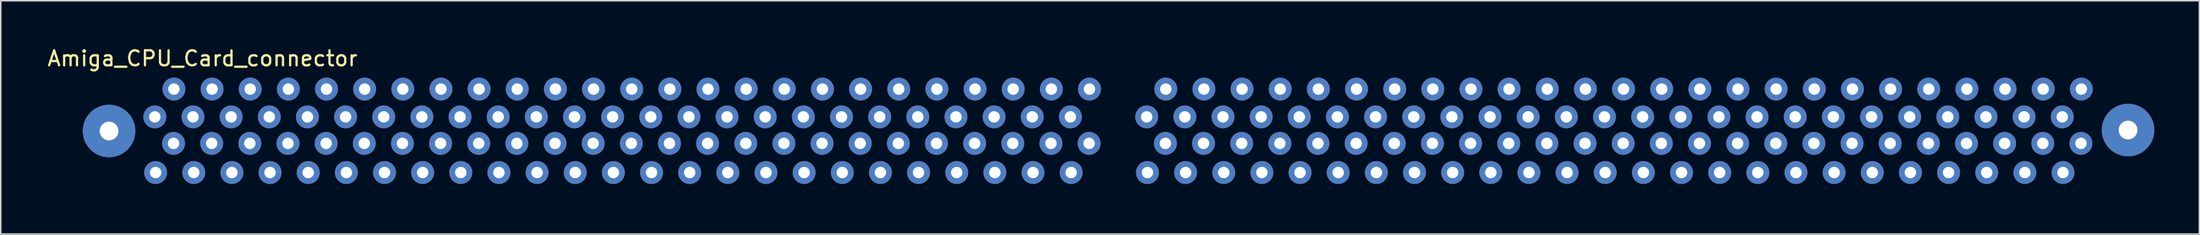
<source format=kicad_pcb>
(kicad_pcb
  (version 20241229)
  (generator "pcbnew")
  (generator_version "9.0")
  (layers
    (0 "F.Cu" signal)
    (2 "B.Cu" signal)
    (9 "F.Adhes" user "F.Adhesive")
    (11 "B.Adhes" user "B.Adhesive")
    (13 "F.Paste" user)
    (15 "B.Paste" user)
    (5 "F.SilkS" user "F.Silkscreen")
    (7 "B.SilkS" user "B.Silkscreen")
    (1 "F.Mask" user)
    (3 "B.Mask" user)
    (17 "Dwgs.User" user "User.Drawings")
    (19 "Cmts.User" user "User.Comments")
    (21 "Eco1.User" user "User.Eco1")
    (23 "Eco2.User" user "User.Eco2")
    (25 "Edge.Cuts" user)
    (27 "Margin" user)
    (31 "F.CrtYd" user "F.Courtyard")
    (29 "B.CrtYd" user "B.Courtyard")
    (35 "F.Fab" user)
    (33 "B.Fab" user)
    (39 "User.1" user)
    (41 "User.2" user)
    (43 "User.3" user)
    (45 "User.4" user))
  (footprint "Amiga_CPU_Card_connector"
    (layer "F.Cu")
    (at 10.435 0.348)
    (property "Reference" "Amiga_CPU_Card_connector" (at 0 0.5 0) (layer "F.SilkS") (effects (font (size 1 1) (thickness 0.15))))
    (attr through_hole)
    (fp_line (start -7.62 1.27) (end 128.27 1.27) (stroke (width 0.12) (type solid)) (layer "B.Paste"))
    (fp_line (start -7.62 3.81) (end -7.62 1.27) (stroke (width 0.12) (type solid)) (layer "B.Paste"))
    (fp_line (start -7.62 3.81) (end -7.62 2.032) (stroke (width 0.12) (type solid)) (layer "B.Paste"))
    (fp_line (start -7.62 8.636) (end -7.62 3.81) (stroke (width 0.12) (type solid)) (layer "B.Paste"))
    (fp_line (start -7.112 9.144) (end -7.62 8.636) (stroke (width 0.12) (type solid)) (layer "B.Paste"))
    (fp_line (start 128.016 9.144) (end -7.112 9.144) (stroke (width 0.12) (type solid)) (layer "B.Paste"))
    (fp_line (start 128.27 1.27) (end 128.27 8.89) (stroke (width 0.12) (type solid)) (layer "B.Paste"))
    (fp_line (start 128.27 8.89) (end 128.016 9.144) (stroke (width 0.12) (type solid)) (layer "B.Paste"))
    (pad "" np_thru_hole circle (at -6.223 5.334) (size 3.5 3.5) (drill 1.25) (layers "*.Cu" "*.Mask"))
    (pad "" np_thru_hole circle (at 128.207 5.271) (size 3.5 3.5) (drill 1.25) (layers "*.Cu" "*.Mask"))
    (pad "1" thru_hole circle (at -1.905 2.54) (size 1.524 1.524) (drill 0.762) (layers "*.Cu" "*.Mask"))
    (pad "2" thru_hole circle (at -3.175 4.394) (size 1.524 1.524) (drill 0.762) (layers "*.Cu" "*.Mask"))
    (pad "3" thru_hole circle (at -1.93 6.16) (size 1.524 1.524) (drill 0.762) (layers "*.Cu" "*.Mask"))
    (pad "4" thru_hole circle (at -3.124 8.103) (size 1.524 1.524) (drill 0.762) (layers "*.Cu" "*.Mask"))
    (pad "5" thru_hole circle (at 0.635 2.54) (size 1.524 1.524) (drill 0.762) (layers "*.Cu" "*.Mask"))
    (pad "6" thru_hole circle (at -0.635 4.394) (size 1.524 1.524) (drill 0.762) (layers "*.Cu" "*.Mask"))
    (pad "7" thru_hole circle (at 0.61 6.16) (size 1.524 1.524) (drill 0.762) (layers "*.Cu" "*.Mask"))
    (pad "8" thru_hole circle (at -0.584 8.103) (size 1.524 1.524) (drill 0.762) (layers "*.Cu" "*.Mask"))
    (pad "9" thru_hole circle (at 3.175 2.54) (size 1.524 1.524) (drill 0.762) (layers "*.Cu" "*.Mask"))
    (pad "10" thru_hole circle (at 1.905 4.394) (size 1.524 1.524) (drill 0.762) (layers "*.Cu" "*.Mask"))
    (pad "11" thru_hole circle (at 3.15 6.16) (size 1.524 1.524) (drill 0.762) (layers "*.Cu" "*.Mask"))
    (pad "12" thru_hole circle (at 1.956 8.103) (size 1.524 1.524) (drill 0.762) (layers "*.Cu" "*.Mask"))
    (pad "13" thru_hole circle (at 5.715 2.54) (size 1.524 1.524) (drill 0.762) (layers "*.Cu" "*.Mask"))
    (pad "14" thru_hole circle (at 4.445 4.394) (size 1.524 1.524) (drill 0.762) (layers "*.Cu" "*.Mask"))
    (pad "15" thru_hole circle (at 5.69 6.16) (size 1.524 1.524) (drill 0.762) (layers "*.Cu" "*.Mask"))
    (pad "16" thru_hole circle (at 4.496 8.103) (size 1.524 1.524) (drill 0.762) (layers "*.Cu" "*.Mask"))
    (pad "17" thru_hole circle (at 8.255 2.54) (size 1.524 1.524) (drill 0.762) (layers "*.Cu" "*.Mask"))
    (pad "18" thru_hole circle (at 6.985 4.394) (size 1.524 1.524) (drill 0.762) (layers "*.Cu" "*.Mask"))
    (pad "19" thru_hole circle (at 8.23 6.16) (size 1.524 1.524) (drill 0.762) (layers "*.Cu" "*.Mask"))
    (pad "20" thru_hole circle (at 7.036 8.103) (size 1.524 1.524) (drill 0.762) (layers "*.Cu" "*.Mask"))
    (pad "21" thru_hole circle (at 10.795 2.54) (size 1.524 1.524) (drill 0.762) (layers "*.Cu" "*.Mask"))
    (pad "22" thru_hole circle (at 9.525 4.394) (size 1.524 1.524) (drill 0.762) (layers "*.Cu" "*.Mask"))
    (pad "23" thru_hole circle (at 10.77 6.16) (size 1.524 1.524) (drill 0.762) (layers "*.Cu" "*.Mask"))
    (pad "24" thru_hole circle (at 9.576 8.103) (size 1.524 1.524) (drill 0.762) (layers "*.Cu" "*.Mask"))
    (pad "25" thru_hole circle (at 13.335 2.54) (size 1.524 1.524) (drill 0.762) (layers "*.Cu" "*.Mask"))
    (pad "26" thru_hole circle (at 12.065 4.394) (size 1.524 1.524) (drill 0.762) (layers "*.Cu" "*.Mask"))
    (pad "27" thru_hole circle (at 13.31 6.16) (size 1.524 1.524) (drill 0.762) (layers "*.Cu" "*.Mask"))
    (pad "28" thru_hole circle (at 12.116 8.103) (size 1.524 1.524) (drill 0.762) (layers "*.Cu" "*.Mask"))
    (pad "29" thru_hole circle (at 15.875 2.54) (size 1.524 1.524) (drill 0.762) (layers "*.Cu" "*.Mask"))
    (pad "30" thru_hole circle (at 14.605 4.394) (size 1.524 1.524) (drill 0.762) (layers "*.Cu" "*.Mask"))
    (pad "31" thru_hole circle (at 15.85 6.16) (size 1.524 1.524) (drill 0.762) (layers "*.Cu" "*.Mask"))
    (pad "32" thru_hole circle (at 14.656 8.103) (size 1.524 1.524) (drill 0.762) (layers "*.Cu" "*.Mask"))
    (pad "33" thru_hole circle (at 18.415 2.54) (size 1.524 1.524) (drill 0.762) (layers "*.Cu" "*.Mask"))
    (pad "34" thru_hole circle (at 17.145 4.394) (size 1.524 1.524) (drill 0.762) (layers "*.Cu" "*.Mask"))
    (pad "35" thru_hole circle (at 18.39 6.16) (size 1.524 1.524) (drill 0.762) (layers "*.Cu" "*.Mask"))
    (pad "36" thru_hole circle (at 17.196 8.103) (size 1.524 1.524) (drill 0.762) (layers "*.Cu" "*.Mask"))
    (pad "37" thru_hole circle (at 20.955 2.54) (size 1.524 1.524) (drill 0.762) (layers "*.Cu" "*.Mask"))
    (pad "38" thru_hole circle (at 19.685 4.394) (size 1.524 1.524) (drill 0.762) (layers "*.Cu" "*.Mask"))
    (pad "39" thru_hole circle (at 20.93 6.16) (size 1.524 1.524) (drill 0.762) (layers "*.Cu" "*.Mask"))
    (pad "40" thru_hole circle (at 19.736 8.103) (size 1.524 1.524) (drill 0.762) (layers "*.Cu" "*.Mask"))
    (pad "41" thru_hole circle (at 23.495 2.54) (size 1.524 1.524) (drill 0.762) (layers "*.Cu" "*.Mask"))
    (pad "42" thru_hole circle (at 22.225 4.394) (size 1.524 1.524) (drill 0.762) (layers "*.Cu" "*.Mask"))
    (pad "43" thru_hole circle (at 23.47 6.16) (size 1.524 1.524) (drill 0.762) (layers "*.Cu" "*.Mask"))
    (pad "44" thru_hole circle (at 22.276 8.103) (size 1.524 1.524) (drill 0.762) (layers "*.Cu" "*.Mask"))
    (pad "45" thru_hole circle (at 26.035 2.54) (size 1.524 1.524) (drill 0.762) (layers "*.Cu" "*.Mask"))
    (pad "46" thru_hole circle (at 24.765 4.394) (size 1.524 1.524) (drill 0.762) (layers "*.Cu" "*.Mask"))
    (pad "47" thru_hole circle (at 26.01 6.16) (size 1.524 1.524) (drill 0.762) (layers "*.Cu" "*.Mask"))
    (pad "48" thru_hole circle (at 24.816 8.103) (size 1.524 1.524) (drill 0.762) (layers "*.Cu" "*.Mask"))
    (pad "49" thru_hole circle (at 28.575 2.54) (size 1.524 1.524) (drill 0.762) (layers "*.Cu" "*.Mask"))
    (pad "50" thru_hole circle (at 27.305 4.394) (size 1.524 1.524) (drill 0.762) (layers "*.Cu" "*.Mask"))
    (pad "51" thru_hole circle (at 28.55 6.16) (size 1.524 1.524) (drill 0.762) (layers "*.Cu" "*.Mask"))
    (pad "52" thru_hole circle (at 27.356 8.103) (size 1.524 1.524) (drill 0.762) (layers "*.Cu" "*.Mask"))
    (pad "53" thru_hole circle (at 31.115 2.54) (size 1.524 1.524) (drill 0.762) (layers "*.Cu" "*.Mask"))
    (pad "54" thru_hole circle (at 29.845 4.394) (size 1.524 1.524) (drill 0.762) (layers "*.Cu" "*.Mask"))
    (pad "55" thru_hole circle (at 31.09 6.16) (size 1.524 1.524) (drill 0.762) (layers "*.Cu" "*.Mask"))
    (pad "56" thru_hole circle (at 29.896 8.103) (size 1.524 1.524) (drill 0.762) (layers "*.Cu" "*.Mask"))
    (pad "57" thru_hole circle (at 33.655 2.54) (size 1.524 1.524) (drill 0.762) (layers "*.Cu" "*.Mask"))
    (pad "58" thru_hole circle (at 32.385 4.394) (size 1.524 1.524) (drill 0.762) (layers "*.Cu" "*.Mask"))
    (pad "59" thru_hole circle (at 33.63 6.16) (size 1.524 1.524) (drill 0.762) (layers "*.Cu" "*.Mask"))
    (pad "60" thru_hole circle (at 32.436 8.103) (size 1.524 1.524) (drill 0.762) (layers "*.Cu" "*.Mask"))
    (pad "61" thru_hole circle (at 36.195 2.54) (size 1.524 1.524) (drill 0.762) (layers "*.Cu" "*.Mask"))
    (pad "62" thru_hole circle (at 34.925 4.394) (size 1.524 1.524) (drill 0.762) (layers "*.Cu" "*.Mask"))
    (pad "63" thru_hole circle (at 36.17 6.16) (size 1.524 1.524) (drill 0.762) (layers "*.Cu" "*.Mask"))
    (pad "64" thru_hole circle (at 34.976 8.103) (size 1.524 1.524) (drill 0.762) (layers "*.Cu" "*.Mask"))
    (pad "65" thru_hole circle (at 38.735 2.54) (size 1.524 1.524) (drill 0.762) (layers "*.Cu" "*.Mask"))
    (pad "66" thru_hole circle (at 37.465 4.394) (size 1.524 1.524) (drill 0.762) (layers "*.Cu" "*.Mask"))
    (pad "67" thru_hole circle (at 38.71 6.16) (size 1.524 1.524) (drill 0.762) (layers "*.Cu" "*.Mask"))
    (pad "68" thru_hole circle (at 37.516 8.103) (size 1.524 1.524) (drill 0.762) (layers "*.Cu" "*.Mask"))
    (pad "69" thru_hole circle (at 41.275 2.54) (size 1.524 1.524) (drill 0.762) (layers "*.Cu" "*.Mask"))
    (pad "70" thru_hole circle (at 40.005 4.394) (size 1.524 1.524) (drill 0.762) (layers "*.Cu" "*.Mask"))
    (pad "71" thru_hole circle (at 41.25 6.16) (size 1.524 1.524) (drill 0.762) (layers "*.Cu" "*.Mask"))
    (pad "72" thru_hole circle (at 40.056 8.103) (size 1.524 1.524) (drill 0.762) (layers "*.Cu" "*.Mask"))
    (pad "73" thru_hole circle (at 43.815 2.54) (size 1.524 1.524) (drill 0.762) (layers "*.Cu" "*.Mask"))
    (pad "74" thru_hole circle (at 42.545 4.394) (size 1.524 1.524) (drill 0.762) (layers "*.Cu" "*.Mask"))
    (pad "75" thru_hole circle (at 43.79 6.16) (size 1.524 1.524) (drill 0.762) (layers "*.Cu" "*.Mask"))
    (pad "76" thru_hole circle (at 42.596 8.103) (size 1.524 1.524) (drill 0.762) (layers "*.Cu" "*.Mask"))
    (pad "77" thru_hole circle (at 46.355 2.54) (size 1.524 1.524) (drill 0.762) (layers "*.Cu" "*.Mask"))
    (pad "78" thru_hole circle (at 45.085 4.394) (size 1.524 1.524) (drill 0.762) (layers "*.Cu" "*.Mask"))
    (pad "79" thru_hole circle (at 46.33 6.16) (size 1.524 1.524) (drill 0.762) (layers "*.Cu" "*.Mask"))
    (pad "80" thru_hole circle (at 45.136 8.103) (size 1.524 1.524) (drill 0.762) (layers "*.Cu" "*.Mask"))
    (pad "81" thru_hole circle (at 48.895 2.54) (size 1.524 1.524) (drill 0.762) (layers "*.Cu" "*.Mask"))
    (pad "82" thru_hole circle (at 47.625 4.394) (size 1.524 1.524) (drill 0.762) (layers "*.Cu" "*.Mask"))
    (pad "83" thru_hole circle (at 48.87 6.16) (size 1.524 1.524) (drill 0.762) (layers "*.Cu" "*.Mask"))
    (pad "84" thru_hole circle (at 47.676 8.103) (size 1.524 1.524) (drill 0.762) (layers "*.Cu" "*.Mask"))
    (pad "85" thru_hole circle (at 51.435 2.54) (size 1.524 1.524) (drill 0.762) (layers "*.Cu" "*.Mask"))
    (pad "86" thru_hole circle (at 50.165 4.394) (size 1.524 1.524) (drill 0.762) (layers "*.Cu" "*.Mask"))
    (pad "87" thru_hole circle (at 51.41 6.16) (size 1.524 1.524) (drill 0.762) (layers "*.Cu" "*.Mask"))
    (pad "88" thru_hole circle (at 50.216 8.103) (size 1.524 1.524) (drill 0.762) (layers "*.Cu" "*.Mask"))
    (pad "89" thru_hole circle (at 53.975 2.54) (size 1.524 1.524) (drill 0.762) (layers "*.Cu" "*.Mask"))
    (pad "90" thru_hole circle (at 52.705 4.394) (size 1.524 1.524) (drill 0.762) (layers "*.Cu" "*.Mask"))
    (pad "91" thru_hole circle (at 53.95 6.16) (size 1.524 1.524) (drill 0.762) (layers "*.Cu" "*.Mask"))
    (pad "92" thru_hole circle (at 52.756 8.103) (size 1.524 1.524) (drill 0.762) (layers "*.Cu" "*.Mask"))
    (pad "93" thru_hole circle (at 56.515 2.54) (size 1.524 1.524) (drill 0.762) (layers "*.Cu" "*.Mask"))
    (pad "94" thru_hole circle (at 55.245 4.394) (size 1.524 1.524) (drill 0.762) (layers "*.Cu" "*.Mask"))
    (pad "95" thru_hole circle (at 56.49 6.16) (size 1.524 1.524) (drill 0.762) (layers "*.Cu" "*.Mask"))
    (pad "96" thru_hole circle (at 55.296 8.103) (size 1.524 1.524) (drill 0.762) (layers "*.Cu" "*.Mask"))
    (pad "97" thru_hole circle (at 59.055 2.54) (size 1.524 1.524) (drill 0.762) (layers "*.Cu" "*.Mask"))
    (pad "98" thru_hole circle (at 57.785 4.394) (size 1.524 1.524) (drill 0.762) (layers "*.Cu" "*.Mask"))
    (pad "99" thru_hole circle (at 59.03 6.16) (size 1.524 1.524) (drill 0.762) (layers "*.Cu" "*.Mask"))
    (pad "100" thru_hole circle (at 57.836 8.103) (size 1.524 1.524) (drill 0.762) (layers "*.Cu" "*.Mask"))
    (pad "101" thru_hole circle (at 64.135 2.54) (size 1.524 1.524) (drill 0.762) (layers "*.Cu" "*.Mask"))
    (pad "102" thru_hole circle (at 62.865 4.394) (size 1.524 1.524) (drill 0.762) (layers "*.Cu" "*.Mask"))
    (pad "103" thru_hole circle (at 64.11 6.16) (size 1.524 1.524) (drill 0.762) (layers "*.Cu" "*.Mask"))
    (pad "104" thru_hole circle (at 62.916 8.103) (size 1.524 1.524) (drill 0.762) (layers "*.Cu" "*.Mask"))
    (pad "105" thru_hole circle (at 66.675 2.54) (size 1.524 1.524) (drill 0.762) (layers "*.Cu" "*.Mask"))
    (pad "106" thru_hole circle (at 65.405 4.394) (size 1.524 1.524) (drill 0.762) (layers "*.Cu" "*.Mask"))
    (pad "107" thru_hole circle (at 66.65 6.16) (size 1.524 1.524) (drill 0.762) (layers "*.Cu" "*.Mask"))
    (pad "108" thru_hole circle (at 65.456 8.103) (size 1.524 1.524) (drill 0.762) (layers "*.Cu" "*.Mask"))
    (pad "109" thru_hole circle (at 69.215 2.54) (size 1.524 1.524) (drill 0.762) (layers "*.Cu" "*.Mask"))
    (pad "110" thru_hole circle (at 67.945 4.394) (size 1.524 1.524) (drill 0.762) (layers "*.Cu" "*.Mask"))
    (pad "111" thru_hole circle (at 69.19 6.16) (size 1.524 1.524) (drill 0.762) (layers "*.Cu" "*.Mask"))
    (pad "112" thru_hole circle (at 67.996 8.103) (size 1.524 1.524) (drill 0.762) (layers "*.Cu" "*.Mask"))
    (pad "113" thru_hole circle (at 71.755 2.54) (size 1.524 1.524) (drill 0.762) (layers "*.Cu" "*.Mask"))
    (pad "114" thru_hole circle (at 70.485 4.394) (size 1.524 1.524) (drill 0.762) (layers "*.Cu" "*.Mask"))
    (pad "115" thru_hole circle (at 71.73 6.16) (size 1.524 1.524) (drill 0.762) (layers "*.Cu" "*.Mask"))
    (pad "116" thru_hole circle (at 70.536 8.103) (size 1.524 1.524) (drill 0.762) (layers "*.Cu" "*.Mask"))
    (pad "117" thru_hole circle (at 74.295 2.54) (size 1.524 1.524) (drill 0.762) (layers "*.Cu" "*.Mask"))
    (pad "118" thru_hole circle (at 73.025 4.394) (size 1.524 1.524) (drill 0.762) (layers "*.Cu" "*.Mask"))
    (pad "119" thru_hole circle (at 74.27 6.16) (size 1.524 1.524) (drill 0.762) (layers "*.Cu" "*.Mask"))
    (pad "120" thru_hole circle (at 73.076 8.103) (size 1.524 1.524) (drill 0.762) (layers "*.Cu" "*.Mask"))
    (pad "121" thru_hole circle (at 76.835 2.54) (size 1.524 1.524) (drill 0.762) (layers "*.Cu" "*.Mask"))
    (pad "122" thru_hole circle (at 75.565 4.394) (size 1.524 1.524) (drill 0.762) (layers "*.Cu" "*.Mask"))
    (pad "123" thru_hole circle (at 76.81 6.16) (size 1.524 1.524) (drill 0.762) (layers "*.Cu" "*.Mask"))
    (pad "124" thru_hole circle (at 75.616 8.103) (size 1.524 1.524) (drill 0.762) (layers "*.Cu" "*.Mask"))
    (pad "125" thru_hole circle (at 79.375 2.54) (size 1.524 1.524) (drill 0.762) (layers "*.Cu" "*.Mask"))
    (pad "126" thru_hole circle (at 78.105 4.394) (size 1.524 1.524) (drill 0.762) (layers "*.Cu" "*.Mask"))
    (pad "127" thru_hole circle (at 79.35 6.16) (size 1.524 1.524) (drill 0.762) (layers "*.Cu" "*.Mask"))
    (pad "128" thru_hole circle (at 78.156 8.103) (size 1.524 1.524) (drill 0.762) (layers "*.Cu" "*.Mask"))
    (pad "129" thru_hole circle (at 81.915 2.54) (size 1.524 1.524) (drill 0.762) (layers "*.Cu" "*.Mask"))
    (pad "130" thru_hole circle (at 80.645 4.394) (size 1.524 1.524) (drill 0.762) (layers "*.Cu" "*.Mask"))
    (pad "131" thru_hole circle (at 81.89 6.16) (size 1.524 1.524) (drill 0.762) (layers "*.Cu" "*.Mask"))
    (pad "132" thru_hole circle (at 80.696 8.103) (size 1.524 1.524) (drill 0.762) (layers "*.Cu" "*.Mask"))
    (pad "133" thru_hole circle (at 84.455 2.54) (size 1.524 1.524) (drill 0.762) (layers "*.Cu" "*.Mask"))
    (pad "134" thru_hole circle (at 83.185 4.394) (size 1.524 1.524) (drill 0.762) (layers "*.Cu" "*.Mask"))
    (pad "135" thru_hole circle (at 84.43 6.16) (size 1.524 1.524) (drill 0.762) (layers "*.Cu" "*.Mask"))
    (pad "136" thru_hole circle (at 83.236 8.103) (size 1.524 1.524) (drill 0.762) (layers "*.Cu" "*.Mask"))
    (pad "137" thru_hole circle (at 86.995 2.54) (size 1.524 1.524) (drill 0.762) (layers "*.Cu" "*.Mask"))
    (pad "138" thru_hole circle (at 85.725 4.394) (size 1.524 1.524) (drill 0.762) (layers "*.Cu" "*.Mask"))
    (pad "139" thru_hole circle (at 86.97 6.16) (size 1.524 1.524) (drill 0.762) (layers "*.Cu" "*.Mask"))
    (pad "140" thru_hole circle (at 85.776 8.103) (size 1.524 1.524) (drill 0.762) (layers "*.Cu" "*.Mask"))
    (pad "141" thru_hole circle (at 89.535 2.54) (size 1.524 1.524) (drill 0.762) (layers "*.Cu" "*.Mask"))
    (pad "142" thru_hole circle (at 88.265 4.394) (size 1.524 1.524) (drill 0.762) (layers "*.Cu" "*.Mask"))
    (pad "143" thru_hole circle (at 89.51 6.16) (size 1.524 1.524) (drill 0.762) (layers "*.Cu" "*.Mask"))
    (pad "144" thru_hole circle (at 88.316 8.103) (size 1.524 1.524) (drill 0.762) (layers "*.Cu" "*.Mask"))
    (pad "145" thru_hole circle (at 92.075 2.54) (size 1.524 1.524) (drill 0.762) (layers "*.Cu" "*.Mask"))
    (pad "146" thru_hole circle (at 90.805 4.394) (size 1.524 1.524) (drill 0.762) (layers "*.Cu" "*.Mask"))
    (pad "147" thru_hole circle (at 92.05 6.16) (size 1.524 1.524) (drill 0.762) (layers "*.Cu" "*.Mask"))
    (pad "148" thru_hole circle (at 90.856 8.103) (size 1.524 1.524) (drill 0.762) (layers "*.Cu" "*.Mask"))
    (pad "149" thru_hole circle (at 94.615 2.54) (size 1.524 1.524) (drill 0.762) (layers "*.Cu" "*.Mask"))
    (pad "150" thru_hole circle (at 93.345 4.394) (size 1.524 1.524) (drill 0.762) (layers "*.Cu" "*.Mask"))
    (pad "151" thru_hole circle (at 94.59 6.16) (size 1.524 1.524) (drill 0.762) (layers "*.Cu" "*.Mask"))
    (pad "152" thru_hole circle (at 93.396 8.103) (size 1.524 1.524) (drill 0.762) (layers "*.Cu" "*.Mask"))
    (pad "153" thru_hole circle (at 97.155 2.54) (size 1.524 1.524) (drill 0.762) (layers "*.Cu" "*.Mask"))
    (pad "154" thru_hole circle (at 95.885 4.394) (size 1.524 1.524) (drill 0.762) (layers "*.Cu" "*.Mask"))
    (pad "155" thru_hole circle (at 97.13 6.16) (size 1.524 1.524) (drill 0.762) (layers "*.Cu" "*.Mask"))
    (pad "156" thru_hole circle (at 95.936 8.103) (size 1.524 1.524) (drill 0.762) (layers "*.Cu" "*.Mask"))
    (pad "157" thru_hole circle (at 99.695 2.54) (size 1.524 1.524) (drill 0.762) (layers "*.Cu" "*.Mask"))
    (pad "158" thru_hole circle (at 98.425 4.394) (size 1.524 1.524) (drill 0.762) (layers "*.Cu" "*.Mask"))
    (pad "159" thru_hole circle (at 99.67 6.16) (size 1.524 1.524) (drill 0.762) (layers "*.Cu" "*.Mask"))
    (pad "160" thru_hole circle (at 98.476 8.103) (size 1.524 1.524) (drill 0.762) (layers "*.Cu" "*.Mask"))
    (pad "161" thru_hole circle (at 102.235 2.54) (size 1.524 1.524) (drill 0.762) (layers "*.Cu" "*.Mask"))
    (pad "162" thru_hole circle (at 100.965 4.394) (size 1.524 1.524) (drill 0.762) (layers "*.Cu" "*.Mask"))
    (pad "163" thru_hole circle (at 102.21 6.16) (size 1.524 1.524) (drill 0.762) (layers "*.Cu" "*.Mask"))
    (pad "164" thru_hole circle (at 101.016 8.103) (size 1.524 1.524) (drill 0.762) (layers "*.Cu" "*.Mask"))
    (pad "165" thru_hole circle (at 104.775 2.54) (size 1.524 1.524) (drill 0.762) (layers "*.Cu" "*.Mask"))
    (pad "166" thru_hole circle (at 103.505 4.394) (size 1.524 1.524) (drill 0.762) (layers "*.Cu" "*.Mask"))
    (pad "167" thru_hole circle (at 104.75 6.16) (size 1.524 1.524) (drill 0.762) (layers "*.Cu" "*.Mask"))
    (pad "168" thru_hole circle (at 103.556 8.103) (size 1.524 1.524) (drill 0.762) (layers "*.Cu" "*.Mask"))
    (pad "169" thru_hole circle (at 107.315 2.54) (size 1.524 1.524) (drill 0.762) (layers "*.Cu" "*.Mask"))
    (pad "170" thru_hole circle (at 106.045 4.394) (size 1.524 1.524) (drill 0.762) (layers "*.Cu" "*.Mask"))
    (pad "171" thru_hole circle (at 107.29 6.16) (size 1.524 1.524) (drill 0.762) (layers "*.Cu" "*.Mask"))
    (pad "172" thru_hole circle (at 106.096 8.103) (size 1.524 1.524) (drill 0.762) (layers "*.Cu" "*.Mask"))
    (pad "173" thru_hole circle (at 109.855 2.54) (size 1.524 1.524) (drill 0.762) (layers "*.Cu" "*.Mask"))
    (pad "174" thru_hole circle (at 108.585 4.394) (size 1.524 1.524) (drill 0.762) (layers "*.Cu" "*.Mask"))
    (pad "175" thru_hole circle (at 109.83 6.16) (size 1.524 1.524) (drill 0.762) (layers "*.Cu" "*.Mask"))
    (pad "176" thru_hole circle (at 108.636 8.103) (size 1.524 1.524) (drill 0.762) (layers "*.Cu" "*.Mask"))
    (pad "177" thru_hole circle (at 112.395 2.54) (size 1.524 1.524) (drill 0.762) (layers "*.Cu" "*.Mask"))
    (pad "178" thru_hole circle (at 111.125 4.394) (size 1.524 1.524) (drill 0.762) (layers "*.Cu" "*.Mask"))
    (pad "179" thru_hole circle (at 112.37 6.16) (size 1.524 1.524) (drill 0.762) (layers "*.Cu" "*.Mask"))
    (pad "180" thru_hole circle (at 111.176 8.103) (size 1.524 1.524) (drill 0.762) (layers "*.Cu" "*.Mask"))
    (pad "181" thru_hole circle (at 114.935 2.54) (size 1.524 1.524) (drill 0.762) (layers "*.Cu" "*.Mask"))
    (pad "182" thru_hole circle (at 113.665 4.394) (size 1.524 1.524) (drill 0.762) (layers "*.Cu" "*.Mask"))
    (pad "183" thru_hole circle (at 114.91 6.16) (size 1.524 1.524) (drill 0.762) (layers "*.Cu" "*.Mask"))
    (pad "184" thru_hole circle (at 113.716 8.103) (size 1.524 1.524) (drill 0.762) (layers "*.Cu" "*.Mask"))
    (pad "185" thru_hole circle (at 117.475 2.54) (size 1.524 1.524) (drill 0.762) (layers "*.Cu" "*.Mask"))
    (pad "186" thru_hole circle (at 116.205 4.394) (size 1.524 1.524) (drill 0.762) (layers "*.Cu" "*.Mask"))
    (pad "187" thru_hole circle (at 117.45 6.16) (size 1.524 1.524) (drill 0.762) (layers "*.Cu" "*.Mask"))
    (pad "188" thru_hole circle (at 116.256 8.103) (size 1.524 1.524) (drill 0.762) (layers "*.Cu" "*.Mask"))
    (pad "189" thru_hole circle (at 120.015 2.54) (size 1.524 1.524) (drill 0.762) (layers "*.Cu" "*.Mask"))
    (pad "190" thru_hole circle (at 118.745 4.394) (size 1.524 1.524) (drill 0.762) (layers "*.Cu" "*.Mask"))
    (pad "191" thru_hole circle (at 119.99 6.16) (size 1.524 1.524) (drill 0.762) (layers "*.Cu" "*.Mask"))
    (pad "192" thru_hole circle (at 118.796 8.103) (size 1.524 1.524) (drill 0.762) (layers "*.Cu" "*.Mask"))
    (pad "193" thru_hole circle (at 122.555 2.54) (size 1.524 1.524) (drill 0.762) (layers "*.Cu" "*.Mask"))
    (pad "194" thru_hole circle (at 121.285 4.394) (size 1.524 1.524) (drill 0.762) (layers "*.Cu" "*.Mask"))
    (pad "195" thru_hole circle (at 122.53 6.16) (size 1.524 1.524) (drill 0.762) (layers "*.Cu" "*.Mask"))
    (pad "196" thru_hole circle (at 121.336 8.103) (size 1.524 1.524) (drill 0.762) (layers "*.Cu" "*.Mask"))
    (pad "197" thru_hole circle (at 125.095 2.54) (size 1.524 1.524) (drill 0.762) (layers "*.Cu" "*.Mask"))
    (pad "198" thru_hole circle (at 123.825 4.394) (size 1.524 1.524) (drill 0.762) (layers "*.Cu" "*.Mask"))
    (pad "199" thru_hole circle (at 125.07 6.16) (size 1.524 1.524) (drill 0.762) (layers "*.Cu" "*.Mask"))
    (pad "200" thru_hole circle (at 123.876 8.103) (size 1.524 1.524) (drill 0.762) (layers "*.Cu" "*.Mask")))
  (gr_rect
    (start -3 -3)
    (end 143.391 12.552)
    (stroke (width 0.1) (type default))
    (fill no)
    (layer "Edge.Cuts")))
</source>
